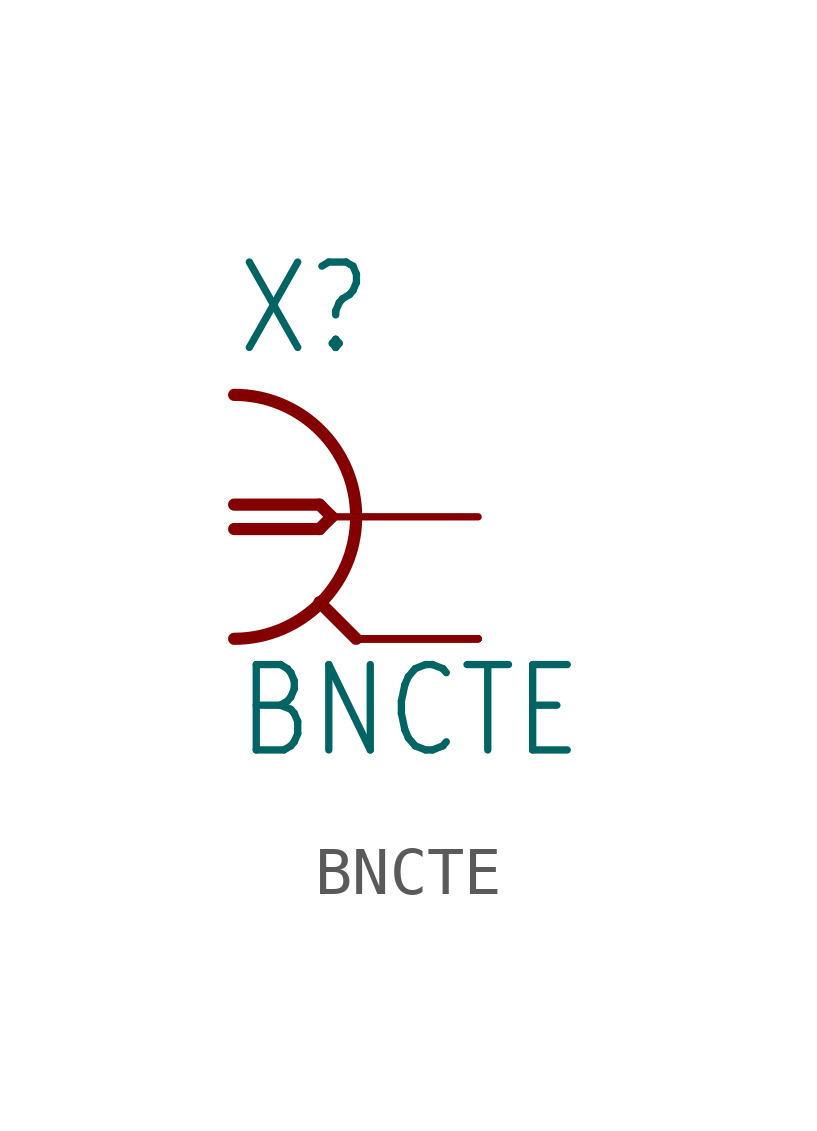
<source format=kicad_sym>
(kicad_symbol_lib
  (version 20211014)
  (generator kicad_symbol_editor)
  (symbol "BNCTE"
    (property "Reference" "X"
      (at -2.54 3.302 0)
      (effects (font (size 1.778 1.511)) (justify left bottom)))
    (property "Value" "BNCTE"
      (at -2.54 -5.08 0)
      (effects (font (size 1.778 1.511)) (justify left bottom)))
    (property "ki_locked" ""
      (at 0 0 0)
      (effects (font (size 1.27 1.27))))
    (symbol "BNCTE_1_0"
      (arc (start -2.54 -2.54) (mid 0 0) (end -2.54 2.54) (stroke (width 0.254) (type default) (color 0 0 0 0)) (fill (type none)))
      (polyline (pts (xy -2.54 0.254) (xy -0.762 0.254)) (stroke (width 0.254) (type default) (color 0 0 0 0)) (fill (type none)))
      (polyline (pts (xy -0.762 -0.254) (xy -2.54 -0.254)) (stroke (width 0.254) (type default) (color 0 0 0 0)) (fill (type none)))
      (polyline (pts (xy -0.762 0.254) (xy -0.508 0)) (stroke (width 0.254) (type default) (color 0 0 0 0)) (fill (type none)))
      (polyline (pts (xy -0.508 0) (xy -0.762 -0.254)) (stroke (width 0.254) (type default) (color 0 0 0 0)) (fill (type none)))
      (polyline (pts (xy 0 -2.54) (xy -0.762 -1.778)) (stroke (width 0.254) (type default) (color 0 0 0 0)) (fill (type none)))
      (polyline (pts (xy 0 0) (xy -0.508 0)) (stroke (width 0.152) (type default) (color 0 0 0 0)) (fill (type none)))
      (pin passive line (at 2.54 0 180) (length 2.54) (name "1" (effects (font (size 0 0)))) (number "1" (effects (font (size 0 0)))))
      (pin passive line (at 2.54 -2.54 180) (length 2.54) (name "2" (effects (font (size 0 0)))) (number "2" (effects (font (size 0 0)))))
      (pin passive line (at 2.54 -2.54 180) (length 2.54) (name "2" (effects (font (size 0 0)))) (number "3" (effects (font (size 0 0)))))
      (pin passive line (at 2.54 -2.54 180) (length 2.54) (name "2" (effects (font (size 0 0)))) (number "4" (effects (font (size 0 0)))))
      (pin passive line (at 2.54 -2.54 180) (length 2.54) (name "2" (effects (font (size 0 0)))) (number "5" (effects (font (size 0 0))))))))
</source>
